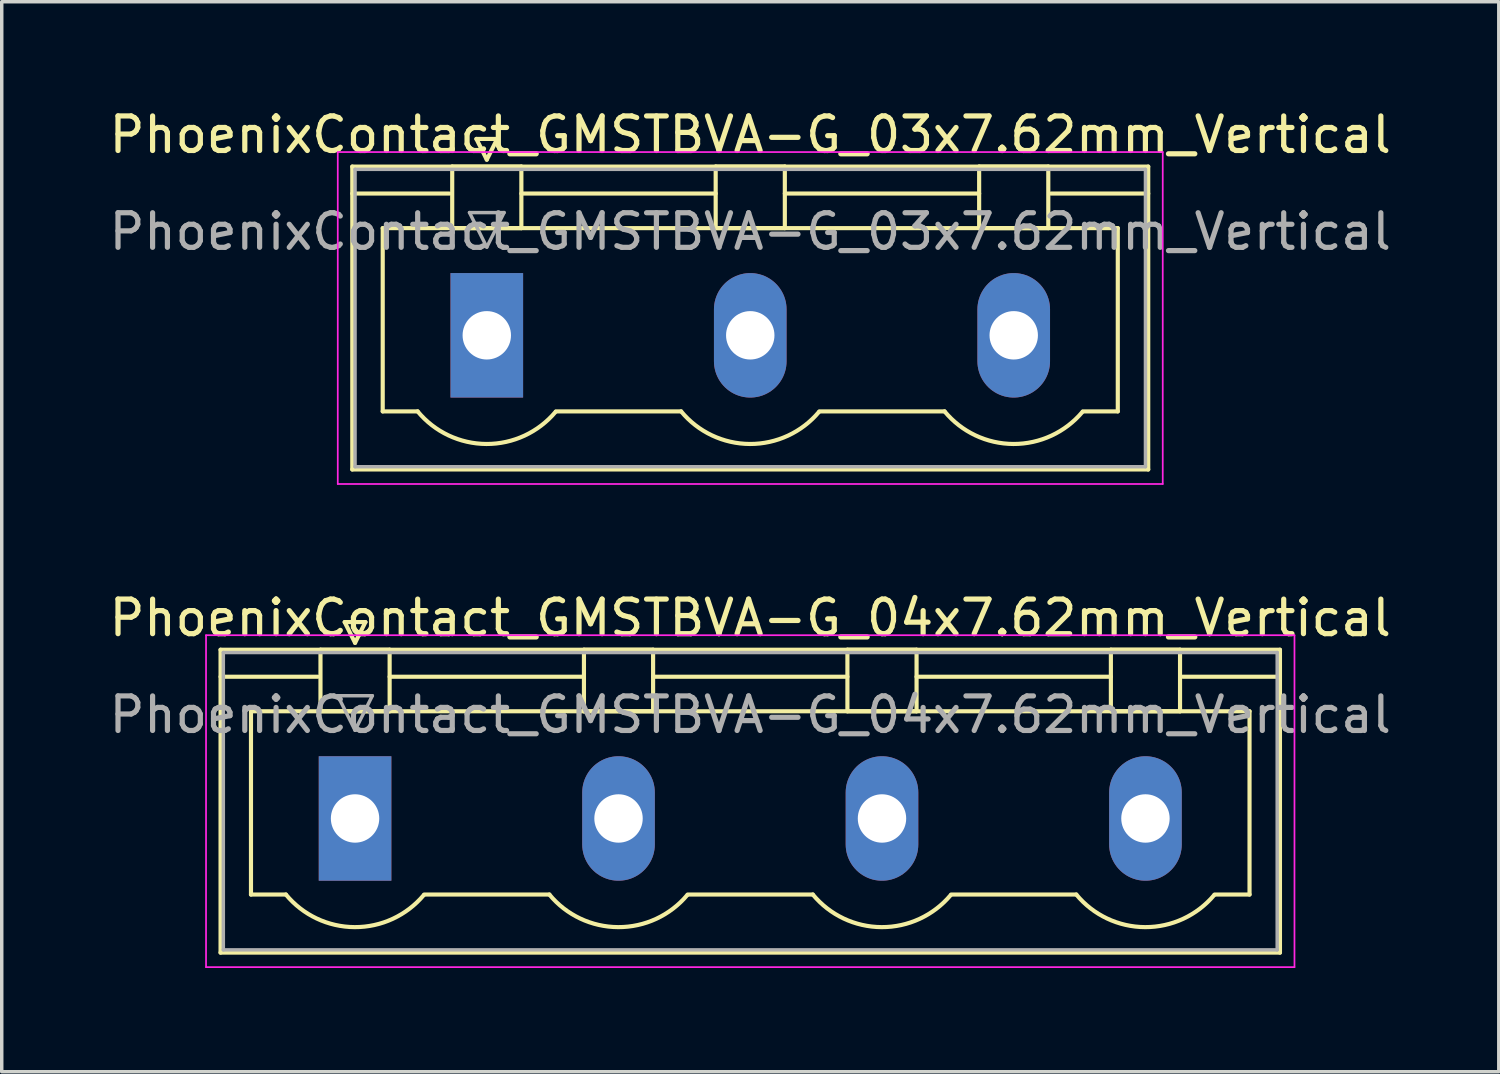
<source format=kicad_pcb>
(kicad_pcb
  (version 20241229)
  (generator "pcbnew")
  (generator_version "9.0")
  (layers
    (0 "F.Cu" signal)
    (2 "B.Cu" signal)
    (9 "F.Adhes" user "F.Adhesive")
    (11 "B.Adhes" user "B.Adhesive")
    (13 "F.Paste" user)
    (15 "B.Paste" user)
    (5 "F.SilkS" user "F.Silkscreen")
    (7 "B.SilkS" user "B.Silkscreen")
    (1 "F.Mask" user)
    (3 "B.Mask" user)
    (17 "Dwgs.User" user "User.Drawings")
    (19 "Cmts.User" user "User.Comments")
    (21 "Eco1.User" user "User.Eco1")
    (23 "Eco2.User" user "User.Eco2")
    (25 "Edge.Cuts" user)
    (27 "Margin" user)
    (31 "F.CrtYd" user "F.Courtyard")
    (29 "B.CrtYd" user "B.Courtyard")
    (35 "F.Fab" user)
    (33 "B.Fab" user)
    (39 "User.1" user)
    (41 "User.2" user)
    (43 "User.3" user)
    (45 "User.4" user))
  (footprint "PhoenixContact_GMSTBVA-G_03x7.62mm_Vertical"
    (layer "F.Cu")
    (at 11.029 6.648)
    (property "Reference" "PhoenixContact_GMSTBVA-G_03x7.62mm_Vertical" (at 7.62 -5.8 0) (layer "F.SilkS") (effects (font (size 1 1) (thickness 0.15))))
    (attr through_hole)
    (fp_line (start -3.89 -4.88) (end -3.89 3.88) (stroke (width 0.12) (type solid)) (layer "F.SilkS"))
    (fp_line (start -3.89 -4.1) (end -1.08 -4.1) (stroke (width 0.12) (type solid)) (layer "F.SilkS"))
    (fp_line (start -3.89 3.88) (end 19.13 3.88) (stroke (width 0.12) (type solid)) (layer "F.SilkS"))
    (fp_line (start -3.01 -3.1) (end 18.25 -3.1) (stroke (width 0.12) (type solid)) (layer "F.SilkS"))
    (fp_line (start -3.01 2.2) (end -3.01 -3.1) (stroke (width 0.12) (type solid)) (layer "F.SilkS"))
    (fp_line (start -2 2.2) (end -3.01 2.2) (stroke (width 0.12) (type solid)) (layer "F.SilkS"))
    (fp_line (start -1 -4.88) (end 1 -4.88) (stroke (width 0.12) (type solid)) (layer "F.SilkS"))
    (fp_line (start -1 -3.1) (end -1 -4.88) (stroke (width 0.12) (type solid)) (layer "F.SilkS"))
    (fp_line (start -0.3 -5.68) (end 0.3 -5.68) (stroke (width 0.12) (type solid)) (layer "F.SilkS"))
    (fp_line (start 0 -5.08) (end -0.3 -5.68) (stroke (width 0.12) (type solid)) (layer "F.SilkS"))
    (fp_line (start 0.3 -5.68) (end 0 -5.08) (stroke (width 0.12) (type solid)) (layer "F.SilkS"))
    (fp_line (start 1 -4.88) (end 1 -3.1) (stroke (width 0.12) (type solid)) (layer "F.SilkS"))
    (fp_line (start 1 -4.1) (end 6.62 -4.1) (stroke (width 0.12) (type solid)) (layer "F.SilkS"))
    (fp_line (start 1 -3.1) (end -1 -3.1) (stroke (width 0.12) (type solid)) (layer "F.SilkS"))
    (fp_line (start 2 2.2) (end 5.62 2.2) (stroke (width 0.12) (type solid)) (layer "F.SilkS"))
    (fp_line (start 6.62 -4.88) (end 8.62 -4.88) (stroke (width 0.12) (type solid)) (layer "F.SilkS"))
    (fp_line (start 6.62 -3.1) (end 6.62 -4.88) (stroke (width 0.12) (type solid)) (layer "F.SilkS"))
    (fp_line (start 8.62 -4.88) (end 8.62 -3.1) (stroke (width 0.12) (type solid)) (layer "F.SilkS"))
    (fp_line (start 8.62 -4.1) (end 14.24 -4.1) (stroke (width 0.12) (type solid)) (layer "F.SilkS"))
    (fp_line (start 8.62 -3.1) (end 6.62 -3.1) (stroke (width 0.12) (type solid)) (layer "F.SilkS"))
    (fp_line (start 9.62 2.2) (end 13.24 2.2) (stroke (width 0.12) (type solid)) (layer "F.SilkS"))
    (fp_line (start 14.24 -4.88) (end 16.24 -4.88) (stroke (width 0.12) (type solid)) (layer "F.SilkS"))
    (fp_line (start 14.24 -3.1) (end 14.24 -4.88) (stroke (width 0.12) (type solid)) (layer "F.SilkS"))
    (fp_line (start 16.24 -4.88) (end 16.24 -3.1) (stroke (width 0.12) (type solid)) (layer "F.SilkS"))
    (fp_line (start 16.24 -3.1) (end 14.24 -3.1) (stroke (width 0.12) (type solid)) (layer "F.SilkS"))
    (fp_line (start 18.25 -3.1) (end 18.25 2.2) (stroke (width 0.12) (type solid)) (layer "F.SilkS"))
    (fp_line (start 18.25 2.2) (end 17.24 2.2) (stroke (width 0.12) (type solid)) (layer "F.SilkS"))
    (fp_line (start 19.13 -4.88) (end -3.89 -4.88) (stroke (width 0.12) (type solid)) (layer "F.SilkS"))
    (fp_line (start 19.13 -4.1) (end 16.32 -4.1) (stroke (width 0.12) (type solid)) (layer "F.SilkS"))
    (fp_line (start 19.13 3.88) (end 19.13 -4.88) (stroke (width 0.12) (type solid)) (layer "F.SilkS"))
    (fp_arc (start 1.986842 2.215821) (mid -0.010289 3.142758) (end -2 2.2) (stroke (width 0.12) (type solid)) (layer "F.SilkS"))
    (fp_arc (start 9.606842 2.215821) (mid 7.609711 3.142758) (end 5.62 2.2) (stroke (width 0.12) (type solid)) (layer "F.SilkS"))
    (fp_arc (start 17.226842 2.215821) (mid 15.229711 3.142758) (end 13.24 2.2) (stroke (width 0.12) (type solid)) (layer "F.SilkS"))
    (fp_line (start -4.31 -5.3) (end -4.31 4.3) (stroke (width 0.05) (type solid)) (layer "F.CrtYd"))
    (fp_line (start -4.31 4.3) (end 19.55 4.3) (stroke (width 0.05) (type solid)) (layer "F.CrtYd"))
    (fp_line (start 19.55 -5.3) (end -4.31 -5.3) (stroke (width 0.05) (type solid)) (layer "F.CrtYd"))
    (fp_line (start 19.55 4.3) (end 19.55 -5.3) (stroke (width 0.05) (type solid)) (layer "F.CrtYd"))
    (fp_line (start -3.81 -4.8) (end -3.81 3.8) (stroke (width 0.1) (type solid)) (layer "F.Fab"))
    (fp_line (start -3.81 3.8) (end 19.05 3.8) (stroke (width 0.1) (type solid)) (layer "F.Fab"))
    (fp_line (start -0.5 -3.55) (end 0.5 -3.55) (stroke (width 0.1) (type solid)) (layer "F.Fab"))
    (fp_line (start 0 -2.55) (end -0.5 -3.55) (stroke (width 0.1) (type solid)) (layer "F.Fab"))
    (fp_line (start 0.5 -3.55) (end 0 -2.55) (stroke (width 0.1) (type solid)) (layer "F.Fab"))
    (fp_line (start 19.05 -4.8) (end -3.81 -4.8) (stroke (width 0.1) (type solid)) (layer "F.Fab"))
    (fp_line (start 19.05 3.8) (end 19.05 -4.8) (stroke (width 0.1) (type solid)) (layer "F.Fab"))
    (fp_text user "${REFERENCE}" (at 7.62 -3 0) (layer "F.Fab") (effects (font (size 1 1) (thickness 0.15))))
    (pad "1" thru_hole rect (at 0 0) (size 2.1 3.6) (drill 1.4) (layers "*.Cu" "*.Mask"))
    (pad "2" thru_hole oval (at 7.62 0) (size 2.1 3.6) (drill 1.4) (layers "*.Cu" "*.Mask"))
    (pad "3" thru_hole oval (at 15.24 0) (size 2.1 3.6) (drill 1.4) (layers "*.Cu" "*.Mask")))
  (footprint "PhoenixContact_GMSTBVA-G_04x7.62mm_Vertical"
    (layer "F.Cu")
    (at 7.219 20.622)
    (property "Reference" "PhoenixContact_GMSTBVA-G_04x7.62mm_Vertical" (at 11.43 -5.8 0) (layer "F.SilkS") (effects (font (size 1 1) (thickness 0.15))))
    (attr through_hole)
    (fp_line (start -3.89 -4.88) (end -3.89 3.88) (stroke (width 0.12) (type solid)) (layer "F.SilkS"))
    (fp_line (start -3.89 -4.1) (end -1.08 -4.1) (stroke (width 0.12) (type solid)) (layer "F.SilkS"))
    (fp_line (start -3.89 3.88) (end 26.75 3.88) (stroke (width 0.12) (type solid)) (layer "F.SilkS"))
    (fp_line (start -3.01 -3.1) (end 25.87 -3.1) (stroke (width 0.12) (type solid)) (layer "F.SilkS"))
    (fp_line (start -3.01 2.2) (end -3.01 -3.1) (stroke (width 0.12) (type solid)) (layer "F.SilkS"))
    (fp_line (start -2 2.2) (end -3.01 2.2) (stroke (width 0.12) (type solid)) (layer "F.SilkS"))
    (fp_line (start -1 -4.88) (end 1 -4.88) (stroke (width 0.12) (type solid)) (layer "F.SilkS"))
    (fp_line (start -1 -3.1) (end -1 -4.88) (stroke (width 0.12) (type solid)) (layer "F.SilkS"))
    (fp_line (start -0.3 -5.68) (end 0.3 -5.68) (stroke (width 0.12) (type solid)) (layer "F.SilkS"))
    (fp_line (start 0 -5.08) (end -0.3 -5.68) (stroke (width 0.12) (type solid)) (layer "F.SilkS"))
    (fp_line (start 0.3 -5.68) (end 0 -5.08) (stroke (width 0.12) (type solid)) (layer "F.SilkS"))
    (fp_line (start 1 -4.88) (end 1 -3.1) (stroke (width 0.12) (type solid)) (layer "F.SilkS"))
    (fp_line (start 1 -4.1) (end 6.62 -4.1) (stroke (width 0.12) (type solid)) (layer "F.SilkS"))
    (fp_line (start 1 -3.1) (end -1 -3.1) (stroke (width 0.12) (type solid)) (layer "F.SilkS"))
    (fp_line (start 2 2.2) (end 5.62 2.2) (stroke (width 0.12) (type solid)) (layer "F.SilkS"))
    (fp_line (start 6.62 -4.88) (end 8.62 -4.88) (stroke (width 0.12) (type solid)) (layer "F.SilkS"))
    (fp_line (start 6.62 -3.1) (end 6.62 -4.88) (stroke (width 0.12) (type solid)) (layer "F.SilkS"))
    (fp_line (start 8.62 -4.88) (end 8.62 -3.1) (stroke (width 0.12) (type solid)) (layer "F.SilkS"))
    (fp_line (start 8.62 -4.1) (end 14.24 -4.1) (stroke (width 0.12) (type solid)) (layer "F.SilkS"))
    (fp_line (start 8.62 -3.1) (end 6.62 -3.1) (stroke (width 0.12) (type solid)) (layer "F.SilkS"))
    (fp_line (start 9.62 2.2) (end 13.24 2.2) (stroke (width 0.12) (type solid)) (layer "F.SilkS"))
    (fp_line (start 14.24 -4.88) (end 16.24 -4.88) (stroke (width 0.12) (type solid)) (layer "F.SilkS"))
    (fp_line (start 14.24 -3.1) (end 14.24 -4.88) (stroke (width 0.12) (type solid)) (layer "F.SilkS"))
    (fp_line (start 16.24 -4.88) (end 16.24 -3.1) (stroke (width 0.12) (type solid)) (layer "F.SilkS"))
    (fp_line (start 16.24 -4.1) (end 21.86 -4.1) (stroke (width 0.12) (type solid)) (layer "F.SilkS"))
    (fp_line (start 16.24 -3.1) (end 14.24 -3.1) (stroke (width 0.12) (type solid)) (layer "F.SilkS"))
    (fp_line (start 17.24 2.2) (end 20.86 2.2) (stroke (width 0.12) (type solid)) (layer "F.SilkS"))
    (fp_line (start 21.86 -4.88) (end 23.86 -4.88) (stroke (width 0.12) (type solid)) (layer "F.SilkS"))
    (fp_line (start 21.86 -3.1) (end 21.86 -4.88) (stroke (width 0.12) (type solid)) (layer "F.SilkS"))
    (fp_line (start 23.86 -4.88) (end 23.86 -3.1) (stroke (width 0.12) (type solid)) (layer "F.SilkS"))
    (fp_line (start 23.86 -3.1) (end 21.86 -3.1) (stroke (width 0.12) (type solid)) (layer "F.SilkS"))
    (fp_line (start 25.87 -3.1) (end 25.87 2.2) (stroke (width 0.12) (type solid)) (layer "F.SilkS"))
    (fp_line (start 25.87 2.2) (end 24.86 2.2) (stroke (width 0.12) (type solid)) (layer "F.SilkS"))
    (fp_line (start 26.75 -4.88) (end -3.89 -4.88) (stroke (width 0.12) (type solid)) (layer "F.SilkS"))
    (fp_line (start 26.75 -4.1) (end 23.94 -4.1) (stroke (width 0.12) (type solid)) (layer "F.SilkS"))
    (fp_line (start 26.75 3.88) (end 26.75 -4.88) (stroke (width 0.12) (type solid)) (layer "F.SilkS"))
    (fp_arc (start 1.986842 2.215821) (mid -0.010289 3.142758) (end -2 2.2) (stroke (width 0.12) (type solid)) (layer "F.SilkS"))
    (fp_arc (start 9.606842 2.215821) (mid 7.609711 3.142758) (end 5.62 2.2) (stroke (width 0.12) (type solid)) (layer "F.SilkS"))
    (fp_arc (start 17.226842 2.215821) (mid 15.229711 3.142758) (end 13.24 2.2) (stroke (width 0.12) (type solid)) (layer "F.SilkS"))
    (fp_arc (start 24.846842 2.215821) (mid 22.849711 3.142758) (end 20.86 2.2) (stroke (width 0.12) (type solid)) (layer "F.SilkS"))
    (fp_line (start -4.31 -5.3) (end -4.31 4.3) (stroke (width 0.05) (type solid)) (layer "F.CrtYd"))
    (fp_line (start -4.31 4.3) (end 27.17 4.3) (stroke (width 0.05) (type solid)) (layer "F.CrtYd"))
    (fp_line (start 27.17 -5.3) (end -4.31 -5.3) (stroke (width 0.05) (type solid)) (layer "F.CrtYd"))
    (fp_line (start 27.17 4.3) (end 27.17 -5.3) (stroke (width 0.05) (type solid)) (layer "F.CrtYd"))
    (fp_line (start -3.81 -4.8) (end -3.81 3.8) (stroke (width 0.1) (type solid)) (layer "F.Fab"))
    (fp_line (start -3.81 3.8) (end 26.67 3.8) (stroke (width 0.1) (type solid)) (layer "F.Fab"))
    (fp_line (start -0.5 -3.55) (end 0.5 -3.55) (stroke (width 0.1) (type solid)) (layer "F.Fab"))
    (fp_line (start 0 -2.55) (end -0.5 -3.55) (stroke (width 0.1) (type solid)) (layer "F.Fab"))
    (fp_line (start 0.5 -3.55) (end 0 -2.55) (stroke (width 0.1) (type solid)) (layer "F.Fab"))
    (fp_line (start 26.67 -4.8) (end -3.81 -4.8) (stroke (width 0.1) (type solid)) (layer "F.Fab"))
    (fp_line (start 26.67 3.8) (end 26.67 -4.8) (stroke (width 0.1) (type solid)) (layer "F.Fab"))
    (fp_text user "${REFERENCE}" (at 11.43 -3 0) (layer "F.Fab") (effects (font (size 1 1) (thickness 0.15))))
    (pad "1" thru_hole rect (at 0 0) (size 2.1 3.6) (drill 1.4) (layers "*.Cu" "*.Mask"))
    (pad "2" thru_hole oval (at 7.62 0) (size 2.1 3.6) (drill 1.4) (layers "*.Cu" "*.Mask"))
    (pad "3" thru_hole oval (at 15.24 0) (size 2.1 3.6) (drill 1.4) (layers "*.Cu" "*.Mask"))
    (pad "4" thru_hole oval (at 22.86 0) (size 2.1 3.6) (drill 1.4) (layers "*.Cu" "*.Mask")))
  (gr_rect
    (start -3 -3)
    (end 40.298 27.947)
    (stroke (width 0.1) (type default))
    (fill no)
    (layer "Edge.Cuts")))
</source>
